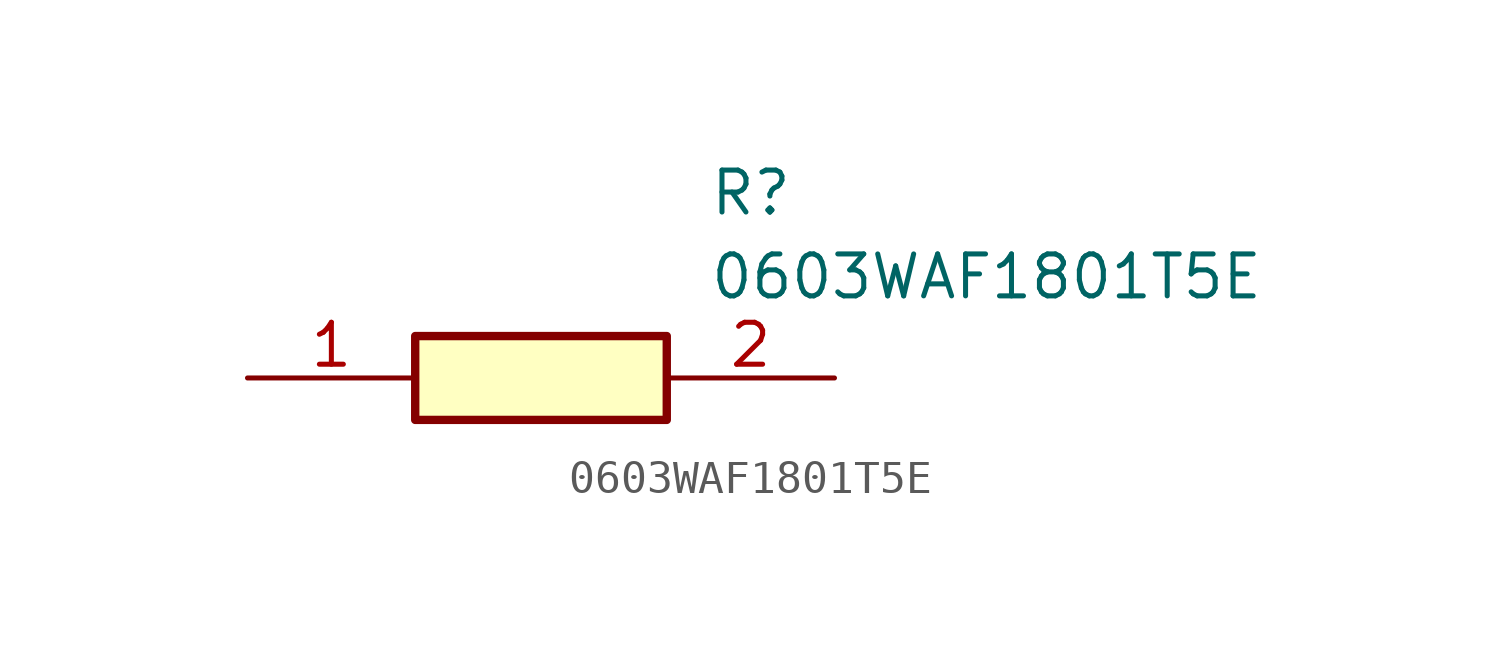
<source format=kicad_sym>
(kicad_symbol_lib
  (version 20211014)
  (generator SamacSys_ECAD_Model)
  (symbol "0603WAF1801T5E"
    (pin_names hide)
    (property "Reference" "R"
      (at 13.97 6.35 0)
      (effects (font (size 1.27 1.27)) (justify left top)))
    (property "Value" "0603WAF1801T5E"
      (at 13.97 3.81 0)
      (effects (font (size 1.27 1.27)) (justify left top)))
    (rectangle
      (start 5.08 1.27)
      (end 12.7 -1.27)
      (stroke (width 0.254) (type default))
      (fill (type background)))
    (pin passive line
      (at 0 0 0)
      (length 5.08)
      (name "1" (effects (font (size 1.27 1.27))))
      (number "1" (effects (font (size 1.27 1.27)))))
    (pin passive line
      (at 17.78 0 180)
      (length 5.08)
      (name "2" (effects (font (size 1.27 1.27))))
      (number "2" (effects (font (size 1.27 1.27)))))))
</source>
